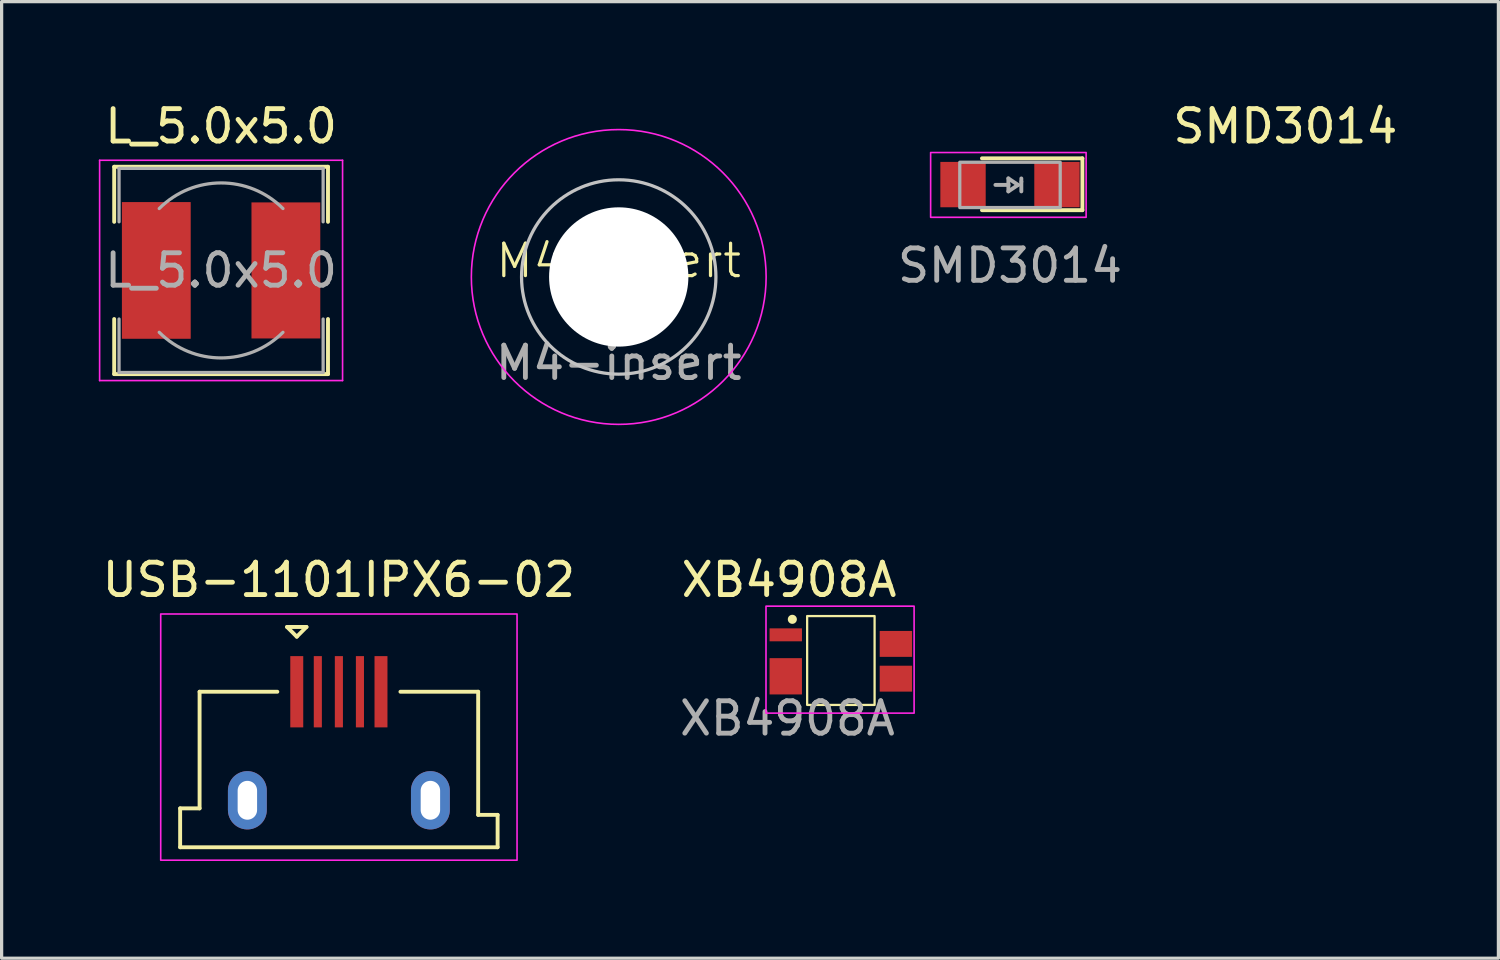
<source format=kicad_pcb>
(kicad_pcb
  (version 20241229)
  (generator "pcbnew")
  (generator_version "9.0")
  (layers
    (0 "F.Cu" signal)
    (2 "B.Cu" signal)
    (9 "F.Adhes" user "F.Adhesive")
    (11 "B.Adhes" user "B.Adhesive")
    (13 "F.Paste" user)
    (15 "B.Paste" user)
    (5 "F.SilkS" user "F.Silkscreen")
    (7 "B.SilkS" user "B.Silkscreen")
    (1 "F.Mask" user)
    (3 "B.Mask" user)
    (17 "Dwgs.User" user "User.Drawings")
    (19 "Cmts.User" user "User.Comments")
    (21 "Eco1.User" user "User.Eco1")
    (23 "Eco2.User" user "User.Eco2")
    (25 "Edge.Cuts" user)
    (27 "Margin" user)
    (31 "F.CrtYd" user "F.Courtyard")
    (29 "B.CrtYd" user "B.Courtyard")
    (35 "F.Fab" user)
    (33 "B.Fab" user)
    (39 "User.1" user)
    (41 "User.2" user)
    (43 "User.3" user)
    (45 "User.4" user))
  (footprint "L_5.0x5.0"
    (layer "F.Cu")
    (at 3.775 5.298)
    (property "Reference" "L_5.0x5.0" (at 0 -4.45 0) (layer "F.SilkS") (effects (font (size 1 1) (thickness 0.15))))
    (attr smd)
    (fp_line (start -3.3 -3.2) (end 3.3 -3.2) (stroke (width 0.12) (type solid)) (layer "F.SilkS"))
    (fp_line (start -3.3 -1.5) (end -3.3 -3.2) (stroke (width 0.12) (type solid)) (layer "F.SilkS"))
    (fp_line (start -3.3 3.2) (end -3.3 1.5) (stroke (width 0.12) (type solid)) (layer "F.SilkS"))
    (fp_line (start 3.3 -3.2) (end 3.3 -1.5) (stroke (width 0.12) (type solid)) (layer "F.SilkS"))
    (fp_line (start 3.3 1.5) (end 3.3 3.2) (stroke (width 0.12) (type solid)) (layer "F.SilkS"))
    (fp_line (start 3.3 3.2) (end -3.3 3.2) (stroke (width 0.12) (type solid)) (layer "F.SilkS"))
    (fp_line (start -3.75 -3.4) (end -3.75 3.4) (stroke (width 0.05) (type solid)) (layer "F.CrtYd"))
    (fp_line (start -3.75 3.4) (end 3.75 3.4) (stroke (width 0.05) (type solid)) (layer "F.CrtYd"))
    (fp_line (start 3.75 -3.4) (end -3.75 -3.4) (stroke (width 0.05) (type solid)) (layer "F.CrtYd"))
    (fp_line (start 3.75 3.4) (end 3.75 -3.4) (stroke (width 0.05) (type solid)) (layer "F.CrtYd"))
    (fp_line (start -3.15 -3.15) (end -3.15 -1.5) (stroke (width 0.1) (type solid)) (layer "F.Fab"))
    (fp_line (start -3.15 -3.15) (end 3.15 -3.15) (stroke (width 0.1) (type solid)) (layer "F.Fab"))
    (fp_line (start -3.15 3.15) (end -3.15 1.5) (stroke (width 0.1) (type solid)) (layer "F.Fab"))
    (fp_line (start -3.15 3.15) (end 3.15 3.15) (stroke (width 0.1) (type solid)) (layer "F.Fab"))
    (fp_line (start 3.15 -3.15) (end 3.15 -1.5) (stroke (width 0.1) (type solid)) (layer "F.Fab"))
    (fp_line (start 3.15 3.15) (end 3.15 1.5) (stroke (width 0.1) (type solid)) (layer "F.Fab"))
    (fp_arc (start -1.91 -1.91) (mid 0 -2.701148) (end 1.91 -1.91) (stroke (width 0.1) (type solid)) (layer "F.Fab"))
    (fp_arc (start 1.91 1.91) (mid 0 2.701148) (end -1.91 1.91) (stroke (width 0.1) (type solid)) (layer "F.Fab"))
    (fp_text user "${REFERENCE}" (at 0 0 0) (layer "F.Fab") (effects (font (size 1 1) (thickness 0.15))))
    (pad "1" smd rect (at -2 0) (size 2.124 4.22) (layers "F.Cu" "F.Mask" "F.Paste"))
    (pad "2" smd rect (at 2 0) (size 2.124 4.2) (layers "F.Cu" "F.Mask" "F.Paste")))
  (footprint "M4-insert"
    (layer "F.Cu")
    (at 16.05 5.5)
    (property "Reference" "M4-insert" (at 0 -0.5 0) (unlocked yes) (layer "F.SilkS") (effects (font (size 1 1) (thickness 0.1))))
    (attr smd)
    (fp_circle (center 0 0) (end 3 0) (stroke (width 0.1) (type solid)) (fill no) (layer "Dwgs.User"))
    (fp_circle (center 0 0) (end 4.55 0) (stroke (width 0.05) (type solid)) (fill no) (layer "F.CrtYd"))
    (fp_text user "${REFERENCE}" (at 0 2.65 0) (unlocked yes) (layer "F.Fab") (effects (font (size 1 1) (thickness 0.15))))
    (pad "" np_thru_hole circle (at 0 0) (size 4.3 4.3) (drill 4.3) (layers "*.Cu" "*.Mask"))
    (zone (net_name "") (layers "F.Cu" "B.Cu") (hatch edge 0.5) (connect_pads) (min_thickness 0.25) (filled_areas_thickness no) (keepout (tracks not_allowed) (vias allowed) (pads allowed) (copperpour not_allowed) (footprints allowed)) (placement (enabled no)) (fill) (polygon (pts (arc (start 10.55 5.500249) (mid 21.55 5.500249) (end 10.55 5.500249))))))
  (footprint "USB-1101IPX6-02"
    (layer "F.Cu")
    (at 7.411 19.929)
    (property "Reference" "USB-1101IPX6-02" (at 0 -5.08 0) (layer "F.SilkS") (effects (font (size 1 1) (thickness 0.15))))
    (attr smd)
    (fp_line (start -4.9 1.975) (end -4.9 3.175) (stroke (width 0.12) (type default)) (layer "F.SilkS"))
    (fp_line (start -4.9 3.175) (end 4.9 3.175) (stroke (width 0.12) (type default)) (layer "F.SilkS"))
    (fp_line (start -4.3 -1.625) (end -4.3 1.975) (stroke (width 0.12) (type default)) (layer "F.SilkS"))
    (fp_line (start -4.3 1.975) (end -4.9 1.975) (stroke (width 0.12) (type default)) (layer "F.SilkS"))
    (fp_line (start -1.9 -1.625) (end -4.3 -1.625) (stroke (width 0.12) (type default)) (layer "F.SilkS"))
    (fp_line (start -1.6 -3.625) (end -1 -3.625) (stroke (width 0.12) (type solid)) (layer "F.SilkS"))
    (fp_line (start -1.3 -3.325) (end -1.6 -3.625) (stroke (width 0.12) (type solid)) (layer "F.SilkS"))
    (fp_line (start -1.3 -3.325) (end -1 -3.625) (stroke (width 0.12) (type solid)) (layer "F.SilkS"))
    (fp_line (start 4.3 -1.625) (end 1.9 -1.625) (stroke (width 0.12) (type default)) (layer "F.SilkS"))
    (fp_line (start 4.3 2.175) (end 4.3 -1.625) (stroke (width 0.12) (type default)) (layer "F.SilkS"))
    (fp_line (start 4.9 2.175) (end 4.3 2.175) (stroke (width 0.12) (type default)) (layer "F.SilkS"))
    (fp_line (start 4.9 3.175) (end 4.9 2.175) (stroke (width 0.12) (type default)) (layer "F.SilkS"))
    (fp_rect (start -5.5 3.575) (end 5.5 -4.025) (stroke (width 0.05) (type default)) (fill no) (layer "F.CrtYd"))
    (pad "1" smd rect (at -1.3 -1.625 90) (size 2.2 0.4) (layers "F.Cu" "F.Mask" "F.Paste"))
    (pad "2" smd rect (at -0.65 -1.625 90) (size 2.2 0.25) (layers "F.Cu" "F.Mask" "F.Paste"))
    (pad "3" smd rect (at 0 -1.625 90) (size 2.2 0.25) (layers "F.Cu" "F.Mask" "F.Paste"))
    (pad "4" smd rect (at 0.65 -1.625 90) (size 2.2 0.25) (layers "F.Cu" "F.Mask" "F.Paste"))
    (pad "5" smd rect (at 1.3 -1.625 90) (size 2.2 0.4) (layers "F.Cu" "F.Mask" "F.Paste"))
    (pad "6" thru_hole oval (at -2.825 1.725 90) (size 1.8 1.2) (drill oval 1.2 0.6) (layers "*.Cu" "*.Mask"))
    (pad "6" thru_hole oval (at 2.825 1.725 90) (size 1.8 1.2) (drill oval 1.2 0.6) (layers "*.Cu" "*.Mask")))
  (footprint "XB4908A"
    (layer "F.Cu")
    (at 21.256 16.627)
    (property "Reference" "XB4908A" (at 0.051 -1.778 0) (unlocked yes) (layer "F.SilkS") (effects (font (size 1 1) (thickness 0.15))))
    (attr smd)
    (fp_rect (start 0.61 -0.66) (end 2.692 2.083) (stroke (width 0.07) (type default)) (fill no) (layer "F.SilkS"))
    (fp_circle (center 0.153 -0.559) (end 0.233 -0.559) (stroke (width 0.12) (type solid)) (fill yes) (layer "F.SilkS"))
    (fp_rect (start -0.66 -0.965) (end 3.912 2.337) (stroke (width 0.05) (type default)) (fill no) (layer "F.CrtYd"))
    (fp_text user "${REFERENCE}" (at 0 2.5 0) (unlocked yes) (layer "F.Fab") (effects (font (size 1 1) (thickness 0.15))))
    (pad "1" smd rect (at -0.05 -0.08) (size 1 0.4) (layers "F.Cu" "F.Mask" "F.Paste"))
    (pad "2" smd rect (at -0.05 1.2) (size 1 1.12) (layers "F.Cu" "F.Mask" "F.Paste"))
    (pad "3" smd rect (at 3.35 1.273) (size 1 0.8) (layers "F.Cu" "F.Mask" "F.Paste"))
    (pad "4" smd rect (at 3.35 0.2) (size 1 0.8) (layers "F.Cu" "F.Mask" "F.Paste")))
  (footprint "SMD3014"
    (layer "F.Cu")
    (at 28.128 2.648)
    (property "Reference" "SMD3014" (at 8.5 -1.8 0) (unlocked yes) (layer "F.SilkS") (effects (font (size 1 1) (thickness 0.15))))
    (attr smd)
    (fp_line (start -0.865 0.79) (end 2.235 0.79) (stroke (width 0.12) (type default)) (layer "F.SilkS"))
    (fp_line (start 2.235 -0.81) (end -0.865 -0.81) (stroke (width 0.12) (type default)) (layer "F.SilkS"))
    (fp_line (start 2.235 0.79) (end 2.235 -0.81) (stroke (width 0.12) (type default)) (layer "F.SilkS"))
    (fp_rect (start -2.45 -0.99) (end 2.35 1.01) (stroke (width 0.05) (type default)) (fill no) (layer "F.CrtYd"))
    (fp_line (start -0.45 0.01) (end -0.05 0.01) (stroke (width 0.12) (type solid)) (layer "F.Fab"))
    (fp_line (start -0.05 -0.19) (end -0.05 0.01) (stroke (width 0.12) (type solid)) (layer "F.Fab"))
    (fp_line (start -0.05 0.01) (end -0.05 0.21) (stroke (width 0.12) (type solid)) (layer "F.Fab"))
    (fp_line (start -0.05 0.21) (end 0.25 0.01) (stroke (width 0.12) (type solid)) (layer "F.Fab"))
    (fp_line (start 0.25 0.01) (end -0.05 -0.19) (stroke (width 0.12) (type solid)) (layer "F.Fab"))
    (fp_line (start 0.35 -0.19) (end 0.35 -0.09) (stroke (width 0.12) (type solid)) (layer "F.Fab"))
    (fp_line (start 0.35 0.21) (end 0.35 -0.09) (stroke (width 0.12) (type solid)) (layer "F.Fab"))
    (fp_rect (start -1.55 -0.69) (end 1.55 0.71) (stroke (width 0.1) (type default)) (fill no) (layer "F.Fab"))
    (fp_text user "${REFERENCE}" (at 0 2.5 0) (unlocked yes) (layer "F.Fab") (effects (font (size 1 1) (thickness 0.15))))
    (pad "1" smd rect (at 1.45 0) (size 1.4 1.4) (layers "F.Cu" "F.Mask" "F.Paste"))
    (pad "2" smd rect (at -1.45 0) (size 1.4 1.4) (layers "F.Cu" "F.Mask" "F.Paste")))
  (gr_rect
    (start -3 -3)
    (end 43.205 26.529)
    (stroke (width 0.1) (type default))
    (fill no)
    (layer "Edge.Cuts")))
</source>
